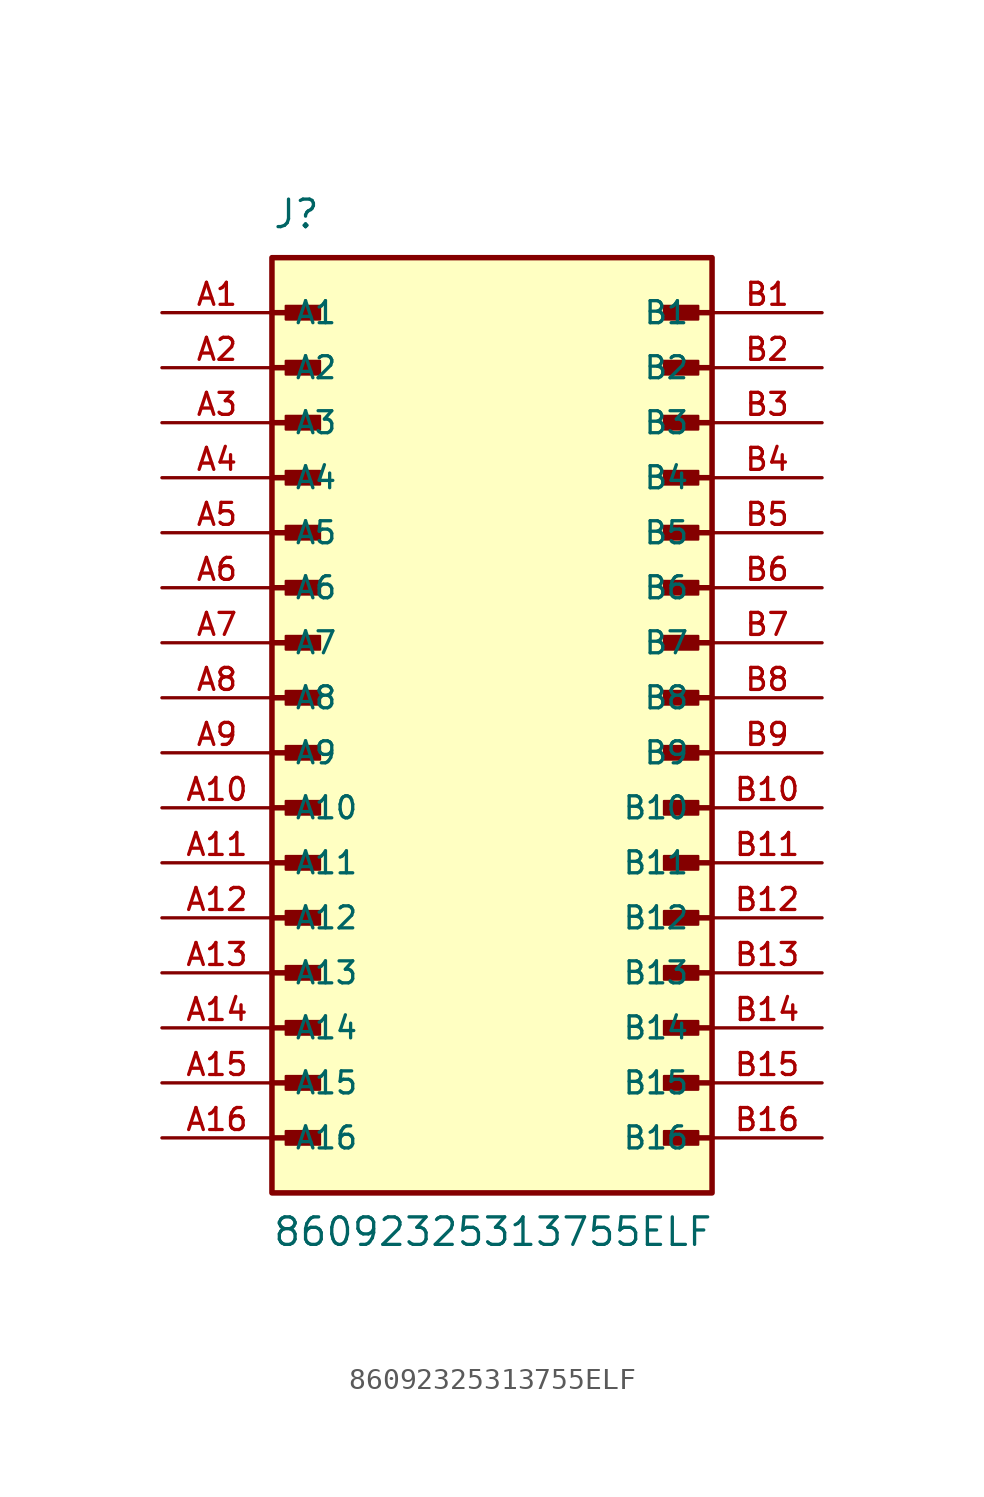
<source format=kicad_sym>
(kicad_symbol_lib
  (version 20241209)
  (generator "kicad_symbol_editor")
  (generator_version "9.0")
  (symbol "86092325313755ELF"
    (pin_names
      (offset 1.016))
    (property "Reference" "J"
      (at -10.16 21.59 0)
      (effects (font (size 1.27 1.27)) (justify left bottom)))
    (property "Value" "86092325313755ELF"
      (at -10.16 -25.4 0)
      (effects (font (size 1.27 1.27)) (justify left bottom)))
    (symbol "86092325313755ELF_0_0"
      (polyline (pts (xy -10.16 17.78) (xy -8.255 17.78)) (stroke (width 0.254) (type default)) (fill (type none)))
      (polyline (pts (xy -10.16 15.24) (xy -8.255 15.24)) (stroke (width 0.254) (type default)) (fill (type none)))
      (polyline (pts (xy -10.16 12.7) (xy -8.255 12.7)) (stroke (width 0.254) (type default)) (fill (type none)))
      (polyline (pts (xy -10.16 10.16) (xy -8.255 10.16)) (stroke (width 0.254) (type default)) (fill (type none)))
      (polyline (pts (xy -10.16 7.62) (xy -8.255 7.62)) (stroke (width 0.254) (type default)) (fill (type none)))
      (polyline (pts (xy -10.16 5.08) (xy -8.255 5.08)) (stroke (width 0.254) (type default)) (fill (type none)))
      (polyline (pts (xy -10.16 2.54) (xy -8.255 2.54)) (stroke (width 0.254) (type default)) (fill (type none)))
      (polyline (pts (xy -10.16 0) (xy -8.255 0)) (stroke (width 0.254) (type default)) (fill (type none)))
      (polyline (pts (xy -10.16 -2.54) (xy -8.255 -2.54)) (stroke (width 0.254) (type default)) (fill (type none)))
      (polyline (pts (xy -10.16 -5.08) (xy -8.255 -5.08)) (stroke (width 0.254) (type default)) (fill (type none)))
      (polyline (pts (xy -10.16 -7.62) (xy -8.255 -7.62)) (stroke (width 0.254) (type default)) (fill (type none)))
      (polyline (pts (xy -10.16 -10.16) (xy -8.255 -10.16)) (stroke (width 0.254) (type default)) (fill (type none)))
      (polyline (pts (xy -10.16 -12.7) (xy -8.255 -12.7)) (stroke (width 0.254) (type default)) (fill (type none)))
      (polyline (pts (xy -10.16 -15.24) (xy -8.255 -15.24)) (stroke (width 0.254) (type default)) (fill (type none)))
      (polyline (pts (xy -10.16 -17.78) (xy -8.255 -17.78)) (stroke (width 0.254) (type default)) (fill (type none)))
      (polyline (pts (xy -10.16 -20.32) (xy -8.255 -20.32)) (stroke (width 0.254) (type default)) (fill (type none)))
      (rectangle (start -10.16 -22.86) (end 10.16 20.32) (stroke (width 0.254) (type default)) (fill (type background)))
      (rectangle (start -9.525 17.462) (end -7.938 18.098) (stroke (width 0.1) (type default)) (fill (type outline)))
      (rectangle (start -9.525 14.922) (end -7.938 15.557) (stroke (width 0.1) (type default)) (fill (type outline)))
      (rectangle (start -9.525 12.383) (end -7.938 13.018) (stroke (width 0.1) (type default)) (fill (type outline)))
      (rectangle (start -9.525 9.842) (end -7.938 10.477) (stroke (width 0.1) (type default)) (fill (type outline)))
      (rectangle (start -9.525 7.303) (end -7.938 7.938) (stroke (width 0.1) (type default)) (fill (type outline)))
      (rectangle (start -9.525 4.763) (end -7.938 5.397) (stroke (width 0.1) (type default)) (fill (type outline)))
      (rectangle (start -9.525 2.223) (end -7.938 2.857) (stroke (width 0.1) (type default)) (fill (type outline)))
      (rectangle (start -9.525 -0.318) (end -7.938 0.318) (stroke (width 0.1) (type default)) (fill (type outline)))
      (rectangle (start -9.525 -2.857) (end -7.938 -2.223) (stroke (width 0.1) (type default)) (fill (type outline)))
      (rectangle (start -9.525 -5.397) (end -7.938 -4.763) (stroke (width 0.1) (type default)) (fill (type outline)))
      (rectangle (start -9.525 -7.938) (end -7.938 -7.303) (stroke (width 0.1) (type default)) (fill (type outline)))
      (rectangle (start -9.525 -10.477) (end -7.938 -9.842) (stroke (width 0.1) (type default)) (fill (type outline)))
      (rectangle (start -9.525 -13.018) (end -7.938 -12.383) (stroke (width 0.1) (type default)) (fill (type outline)))
      (rectangle (start -9.525 -15.557) (end -7.938 -14.922) (stroke (width 0.1) (type default)) (fill (type outline)))
      (rectangle (start -9.525 -18.098) (end -7.938 -17.462) (stroke (width 0.1) (type default)) (fill (type outline)))
      (rectangle (start -9.525 -20.637) (end -7.938 -20.003) (stroke (width 0.1) (type default)) (fill (type outline)))
      (rectangle (start 7.938 17.462) (end 9.525 18.098) (stroke (width 0.1) (type default)) (fill (type outline)))
      (rectangle (start 7.938 14.922) (end 9.525 15.557) (stroke (width 0.1) (type default)) (fill (type outline)))
      (rectangle (start 7.938 12.383) (end 9.525 13.018) (stroke (width 0.1) (type default)) (fill (type outline)))
      (rectangle (start 7.938 9.842) (end 9.525 10.477) (stroke (width 0.1) (type default)) (fill (type outline)))
      (rectangle (start 7.938 7.303) (end 9.525 7.938) (stroke (width 0.1) (type default)) (fill (type outline)))
      (rectangle (start 7.938 4.763) (end 9.525 5.397) (stroke (width 0.1) (type default)) (fill (type outline)))
      (rectangle (start 7.938 2.223) (end 9.525 2.857) (stroke (width 0.1) (type default)) (fill (type outline)))
      (rectangle (start 7.938 -0.318) (end 9.525 0.318) (stroke (width 0.1) (type default)) (fill (type outline)))
      (rectangle (start 7.938 -2.857) (end 9.525 -2.223) (stroke (width 0.1) (type default)) (fill (type outline)))
      (rectangle (start 7.938 -5.397) (end 9.525 -4.763) (stroke (width 0.1) (type default)) (fill (type outline)))
      (rectangle (start 7.938 -7.938) (end 9.525 -7.303) (stroke (width 0.1) (type default)) (fill (type outline)))
      (rectangle (start 7.938 -10.477) (end 9.525 -9.842) (stroke (width 0.1) (type default)) (fill (type outline)))
      (rectangle (start 7.938 -13.018) (end 9.525 -12.383) (stroke (width 0.1) (type default)) (fill (type outline)))
      (rectangle (start 7.938 -15.557) (end 9.525 -14.922) (stroke (width 0.1) (type default)) (fill (type outline)))
      (rectangle (start 7.938 -18.098) (end 9.525 -17.462) (stroke (width 0.1) (type default)) (fill (type outline)))
      (rectangle (start 7.938 -20.637) (end 9.525 -20.003) (stroke (width 0.1) (type default)) (fill (type outline)))
      (polyline (pts (xy 10.16 17.78) (xy 8.255 17.78)) (stroke (width 0.254) (type default)) (fill (type none)))
      (polyline (pts (xy 10.16 15.24) (xy 8.255 15.24)) (stroke (width 0.254) (type default)) (fill (type none)))
      (polyline (pts (xy 10.16 12.7) (xy 8.255 12.7)) (stroke (width 0.254) (type default)) (fill (type none)))
      (polyline (pts (xy 10.16 10.16) (xy 8.255 10.16)) (stroke (width 0.254) (type default)) (fill (type none)))
      (polyline (pts (xy 10.16 7.62) (xy 8.255 7.62)) (stroke (width 0.254) (type default)) (fill (type none)))
      (polyline (pts (xy 10.16 5.08) (xy 8.255 5.08)) (stroke (width 0.254) (type default)) (fill (type none)))
      (polyline (pts (xy 10.16 2.54) (xy 8.255 2.54)) (stroke (width 0.254) (type default)) (fill (type none)))
      (polyline (pts (xy 10.16 0) (xy 8.255 0)) (stroke (width 0.254) (type default)) (fill (type none)))
      (polyline (pts (xy 10.16 -2.54) (xy 8.255 -2.54)) (stroke (width 0.254) (type default)) (fill (type none)))
      (polyline (pts (xy 10.16 -5.08) (xy 8.255 -5.08)) (stroke (width 0.254) (type default)) (fill (type none)))
      (polyline (pts (xy 10.16 -7.62) (xy 8.255 -7.62)) (stroke (width 0.254) (type default)) (fill (type none)))
      (polyline (pts (xy 10.16 -10.16) (xy 8.255 -10.16)) (stroke (width 0.254) (type default)) (fill (type none)))
      (polyline (pts (xy 10.16 -12.7) (xy 8.255 -12.7)) (stroke (width 0.254) (type default)) (fill (type none)))
      (polyline (pts (xy 10.16 -15.24) (xy 8.255 -15.24)) (stroke (width 0.254) (type default)) (fill (type none)))
      (polyline (pts (xy 10.16 -17.78) (xy 8.255 -17.78)) (stroke (width 0.254) (type default)) (fill (type none)))
      (polyline (pts (xy 10.16 -20.32) (xy 8.255 -20.32)) (stroke (width 0.254) (type default)) (fill (type none)))
      (pin passive line (at -15.24 17.78 0) (length 5.08) (name "A1" (effects (font (size 1.016 1.016)))) (number "A1" (effects (font (size 1.016 1.016)))))
      (pin passive line (at -15.24 15.24 0) (length 5.08) (name "A2" (effects (font (size 1.016 1.016)))) (number "A2" (effects (font (size 1.016 1.016)))))
      (pin passive line (at -15.24 12.7 0) (length 5.08) (name "A3" (effects (font (size 1.016 1.016)))) (number "A3" (effects (font (size 1.016 1.016)))))
      (pin passive line (at -15.24 10.16 0) (length 5.08) (name "A4" (effects (font (size 1.016 1.016)))) (number "A4" (effects (font (size 1.016 1.016)))))
      (pin passive line (at -15.24 7.62 0) (length 5.08) (name "A5" (effects (font (size 1.016 1.016)))) (number "A5" (effects (font (size 1.016 1.016)))))
      (pin passive line (at -15.24 5.08 0) (length 5.08) (name "A6" (effects (font (size 1.016 1.016)))) (number "A6" (effects (font (size 1.016 1.016)))))
      (pin passive line (at -15.24 2.54 0) (length 5.08) (name "A7" (effects (font (size 1.016 1.016)))) (number "A7" (effects (font (size 1.016 1.016)))))
      (pin passive line (at -15.24 0 0) (length 5.08) (name "A8" (effects (font (size 1.016 1.016)))) (number "A8" (effects (font (size 1.016 1.016)))))
      (pin passive line (at -15.24 -2.54 0) (length 5.08) (name "A9" (effects (font (size 1.016 1.016)))) (number "A9" (effects (font (size 1.016 1.016)))))
      (pin passive line (at -15.24 -5.08 0) (length 5.08) (name "A10" (effects (font (size 1.016 1.016)))) (number "A10" (effects (font (size 1.016 1.016)))))
      (pin passive line (at -15.24 -7.62 0) (length 5.08) (name "A11" (effects (font (size 1.016 1.016)))) (number "A11" (effects (font (size 1.016 1.016)))))
      (pin passive line (at -15.24 -10.16 0) (length 5.08) (name "A12" (effects (font (size 1.016 1.016)))) (number "A12" (effects (font (size 1.016 1.016)))))
      (pin passive line (at -15.24 -12.7 0) (length 5.08) (name "A13" (effects (font (size 1.016 1.016)))) (number "A13" (effects (font (size 1.016 1.016)))))
      (pin passive line (at -15.24 -15.24 0) (length 5.08) (name "A14" (effects (font (size 1.016 1.016)))) (number "A14" (effects (font (size 1.016 1.016)))))
      (pin passive line (at -15.24 -17.78 0) (length 5.08) (name "A15" (effects (font (size 1.016 1.016)))) (number "A15" (effects (font (size 1.016 1.016)))))
      (pin passive line (at -15.24 -20.32 0) (length 5.08) (name "A16" (effects (font (size 1.016 1.016)))) (number "A16" (effects (font (size 1.016 1.016)))))
      (pin passive line (at 15.24 17.78 180) (length 5.08) (name "B1" (effects (font (size 1.016 1.016)))) (number "B1" (effects (font (size 1.016 1.016)))))
      (pin passive line (at 15.24 15.24 180) (length 5.08) (name "B2" (effects (font (size 1.016 1.016)))) (number "B2" (effects (font (size 1.016 1.016)))))
      (pin passive line (at 15.24 12.7 180) (length 5.08) (name "B3" (effects (font (size 1.016 1.016)))) (number "B3" (effects (font (size 1.016 1.016)))))
      (pin passive line (at 15.24 10.16 180) (length 5.08) (name "B4" (effects (font (size 1.016 1.016)))) (number "B4" (effects (font (size 1.016 1.016)))))
      (pin passive line (at 15.24 7.62 180) (length 5.08) (name "B5" (effects (font (size 1.016 1.016)))) (number "B5" (effects (font (size 1.016 1.016)))))
      (pin passive line (at 15.24 5.08 180) (length 5.08) (name "B6" (effects (font (size 1.016 1.016)))) (number "B6" (effects (font (size 1.016 1.016)))))
      (pin passive line (at 15.24 2.54 180) (length 5.08) (name "B7" (effects (font (size 1.016 1.016)))) (number "B7" (effects (font (size 1.016 1.016)))))
      (pin passive line (at 15.24 0 180) (length 5.08) (name "B8" (effects (font (size 1.016 1.016)))) (number "B8" (effects (font (size 1.016 1.016)))))
      (pin passive line (at 15.24 -2.54 180) (length 5.08) (name "B9" (effects (font (size 1.016 1.016)))) (number "B9" (effects (font (size 1.016 1.016)))))
      (pin passive line (at 15.24 -5.08 180) (length 5.08) (name "B10" (effects (font (size 1.016 1.016)))) (number "B10" (effects (font (size 1.016 1.016)))))
      (pin passive line (at 15.24 -7.62 180) (length 5.08) (name "B11" (effects (font (size 1.016 1.016)))) (number "B11" (effects (font (size 1.016 1.016)))))
      (pin passive line (at 15.24 -10.16 180) (length 5.08) (name "B12" (effects (font (size 1.016 1.016)))) (number "B12" (effects (font (size 1.016 1.016)))))
      (pin passive line (at 15.24 -12.7 180) (length 5.08) (name "B13" (effects (font (size 1.016 1.016)))) (number "B13" (effects (font (size 1.016 1.016)))))
      (pin passive line (at 15.24 -15.24 180) (length 5.08) (name "B14" (effects (font (size 1.016 1.016)))) (number "B14" (effects (font (size 1.016 1.016)))))
      (pin passive line (at 15.24 -17.78 180) (length 5.08) (name "B15" (effects (font (size 1.016 1.016)))) (number "B15" (effects (font (size 1.016 1.016)))))
      (pin passive line (at 15.24 -20.32 180) (length 5.08) (name "B16" (effects (font (size 1.016 1.016)))) (number "B16" (effects (font (size 1.016 1.016))))))))
</source>
